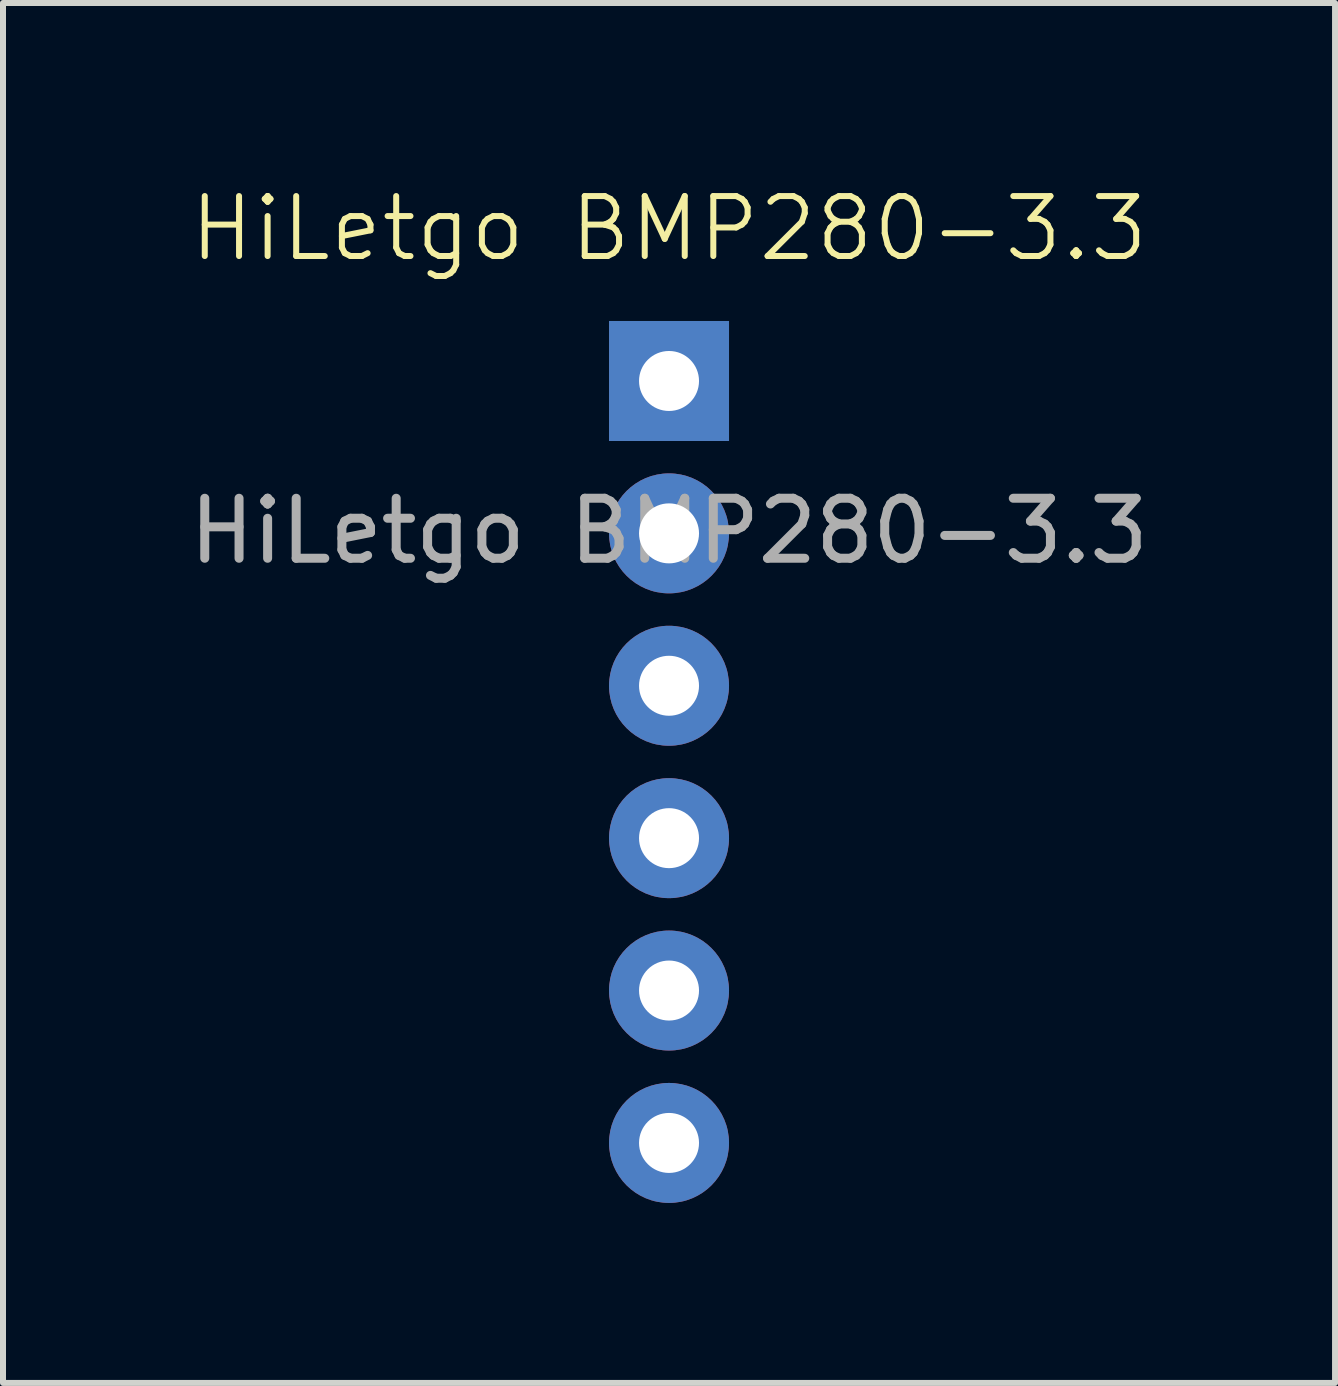
<source format=kicad_pcb>
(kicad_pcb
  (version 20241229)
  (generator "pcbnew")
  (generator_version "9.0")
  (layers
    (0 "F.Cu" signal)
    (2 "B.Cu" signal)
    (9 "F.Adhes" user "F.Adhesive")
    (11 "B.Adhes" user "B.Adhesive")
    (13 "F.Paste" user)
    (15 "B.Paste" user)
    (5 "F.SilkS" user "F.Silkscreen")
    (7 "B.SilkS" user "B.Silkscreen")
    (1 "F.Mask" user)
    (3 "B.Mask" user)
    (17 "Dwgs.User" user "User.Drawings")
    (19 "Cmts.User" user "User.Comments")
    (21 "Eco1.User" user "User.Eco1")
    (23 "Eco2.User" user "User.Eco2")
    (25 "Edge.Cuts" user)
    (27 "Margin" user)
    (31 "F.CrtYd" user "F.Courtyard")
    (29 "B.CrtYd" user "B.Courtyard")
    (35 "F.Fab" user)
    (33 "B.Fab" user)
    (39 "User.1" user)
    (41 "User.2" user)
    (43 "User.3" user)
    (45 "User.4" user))
  (footprint "HiLetgo BMP280-3.3"
    (layer "F.Cu")
    (at 8.101 3.3)
    (property "Reference" "HiLetgo BMP280-3.3" (at 0 -2.54 0) (unlocked yes) (layer "F.SilkS") (effects (font (size 1 1) (thickness 0.1))))
    (fp_text user "${REFERENCE}" (at 0 2.5 0) (unlocked yes) (layer "F.Fab") (effects (font (size 1 1) (thickness 0.15))))
    (pad "1" thru_hole rect (at 0 0) (size 2 2) (drill 1) (layers "*.Cu" "*.Mask"))
    (pad "2" thru_hole circle (at 0 2.54) (size 2 2) (drill 1) (layers "*.Cu" "*.Mask"))
    (pad "3" thru_hole circle (at 0 5.08) (size 2 2) (drill 1) (layers "*.Cu" "*.Mask"))
    (pad "4" thru_hole circle (at 0 7.62) (size 2 2) (drill 1) (layers "*.Cu" "*.Mask"))
    (pad "5" thru_hole circle (at 0 10.16) (size 2 2) (drill 1) (layers "*.Cu" "*.Mask"))
    (pad "6" thru_hole circle (at 0 12.7) (size 2 2) (drill 1) (layers "*.Cu" "*.Mask")))
  (gr_rect
    (start -3 -3)
    (end 19.202 20)
    (stroke (width 0.1) (type default))
    (fill no)
    (layer "Edge.Cuts")))
</source>
